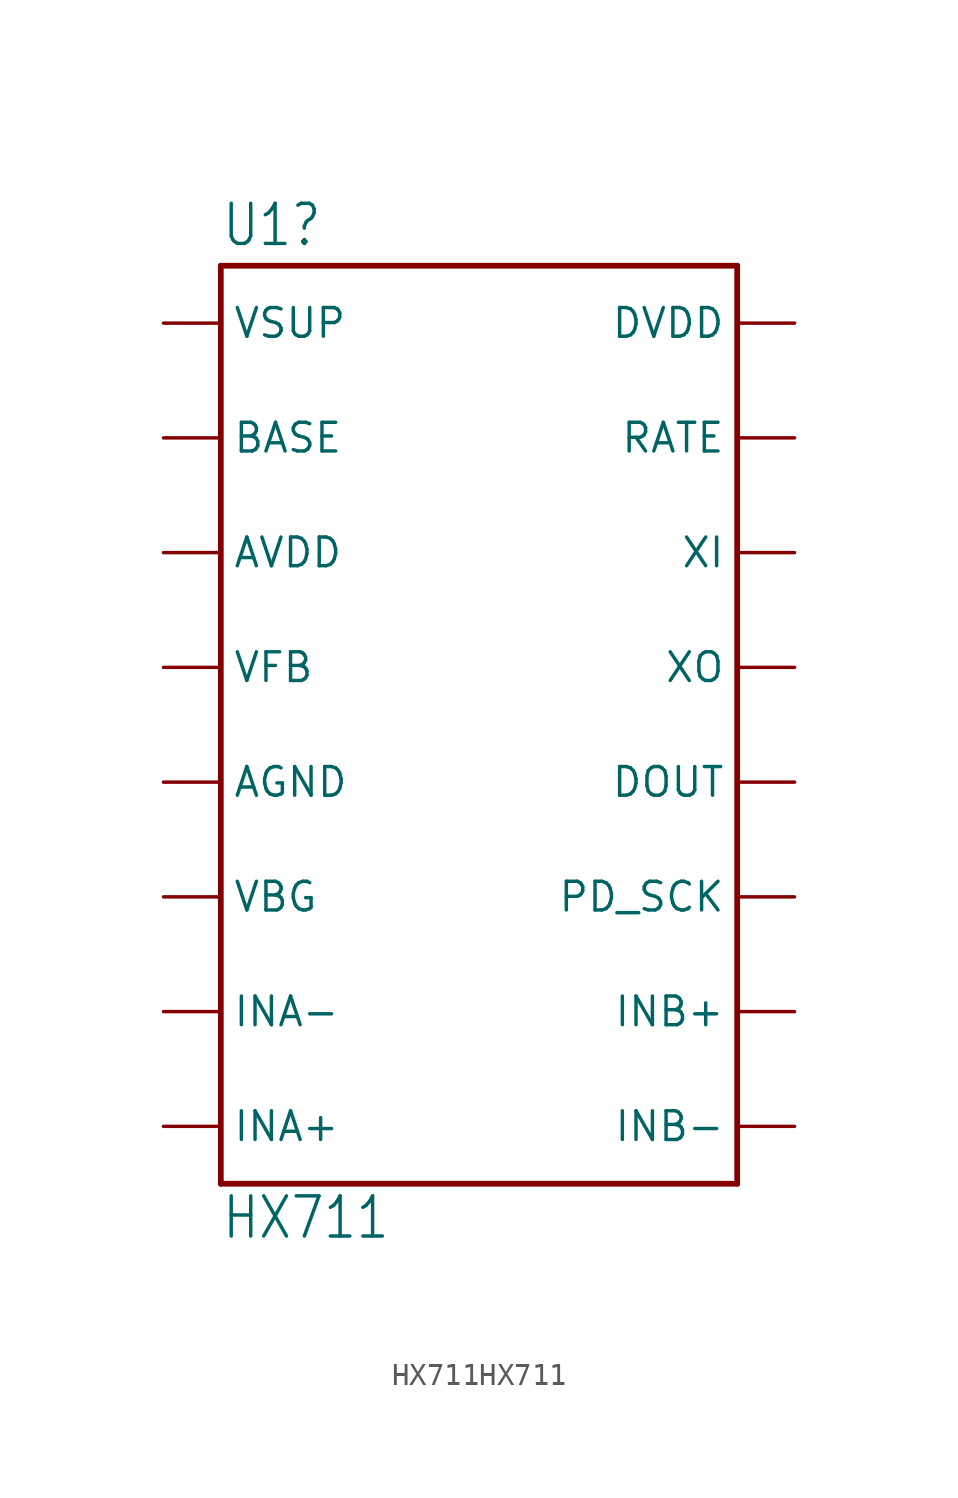
<source format=kicad_sym>
(kicad_symbol_lib
  (version 20231120)
  (generator "kicad_symbol_editor")
  (generator_version "8.0")
  (symbol "HX711HX711"
    (property "Reference" "U1"
      (at -12.7 21.082 0)
      (effects (font (size 1.778 1.511)) (justify left bottom)))
    (property "Value" "HX711"
      (at -12.7 -22.86 0)
      (effects (font (size 1.778 1.511)) (justify left bottom)))
    (property "ki_locked" ""
      (at 0 0 0)
      (effects (font (size 1.27 1.27))))
    (symbol "HX711HX711_1_0"
      (polyline (pts (xy -12.7 -20.32) (xy -12.7 20.32)) (stroke (width 0.254) (type solid)) (fill (type none)))
      (polyline (pts (xy -12.7 20.32) (xy 10.16 20.32)) (stroke (width 0.254) (type solid)) (fill (type none)))
      (polyline (pts (xy 10.16 -20.32) (xy -12.7 -20.32)) (stroke (width 0.254) (type solid)) (fill (type none)))
      (polyline (pts (xy 10.16 20.32) (xy 10.16 -20.32)) (stroke (width 0.254) (type solid)) (fill (type none)))
      (pin bidirectional line (at -15.24 17.78 0) (length 2.54) (name "VSUP" (effects (font (size 1.27 1.27)))) (number "1" (effects (font (size 0 0)))))
      (pin bidirectional line (at 12.7 -12.7 180) (length 2.54) (name "INB+" (effects (font (size 1.27 1.27)))) (number "10" (effects (font (size 0 0)))))
      (pin bidirectional line (at 12.7 -7.62 180) (length 2.54) (name "PD_SCK" (effects (font (size 1.27 1.27)))) (number "11" (effects (font (size 0 0)))))
      (pin bidirectional line (at 12.7 -2.54 180) (length 2.54) (name "DOUT" (effects (font (size 1.27 1.27)))) (number "12" (effects (font (size 0 0)))))
      (pin bidirectional line (at 12.7 2.54 180) (length 2.54) (name "XO" (effects (font (size 1.27 1.27)))) (number "13" (effects (font (size 0 0)))))
      (pin bidirectional line (at 12.7 7.62 180) (length 2.54) (name "XI" (effects (font (size 1.27 1.27)))) (number "14" (effects (font (size 0 0)))))
      (pin bidirectional line (at 12.7 12.7 180) (length 2.54) (name "RATE" (effects (font (size 1.27 1.27)))) (number "15" (effects (font (size 0 0)))))
      (pin bidirectional line (at 12.7 17.78 180) (length 2.54) (name "DVDD" (effects (font (size 1.27 1.27)))) (number "16" (effects (font (size 0 0)))))
      (pin bidirectional line (at -15.24 12.7 0) (length 2.54) (name "BASE" (effects (font (size 1.27 1.27)))) (number "2" (effects (font (size 0 0)))))
      (pin bidirectional line (at -15.24 7.62 0) (length 2.54) (name "AVDD" (effects (font (size 1.27 1.27)))) (number "3" (effects (font (size 0 0)))))
      (pin bidirectional line (at -15.24 2.54 0) (length 2.54) (name "VFB" (effects (font (size 1.27 1.27)))) (number "4" (effects (font (size 0 0)))))
      (pin bidirectional line (at -15.24 -2.54 0) (length 2.54) (name "AGND" (effects (font (size 1.27 1.27)))) (number "5" (effects (font (size 0 0)))))
      (pin bidirectional line (at -15.24 -7.62 0) (length 2.54) (name "VBG" (effects (font (size 1.27 1.27)))) (number "6" (effects (font (size 0 0)))))
      (pin bidirectional line (at -15.24 -12.7 0) (length 2.54) (name "INA-" (effects (font (size 1.27 1.27)))) (number "7" (effects (font (size 0 0)))))
      (pin bidirectional line (at -15.24 -17.78 0) (length 2.54) (name "INA+" (effects (font (size 1.27 1.27)))) (number "8" (effects (font (size 0 0)))))
      (pin bidirectional line (at 12.7 -17.78 180) (length 2.54) (name "INB-" (effects (font (size 1.27 1.27)))) (number "9" (effects (font (size 0 0))))))))
</source>
